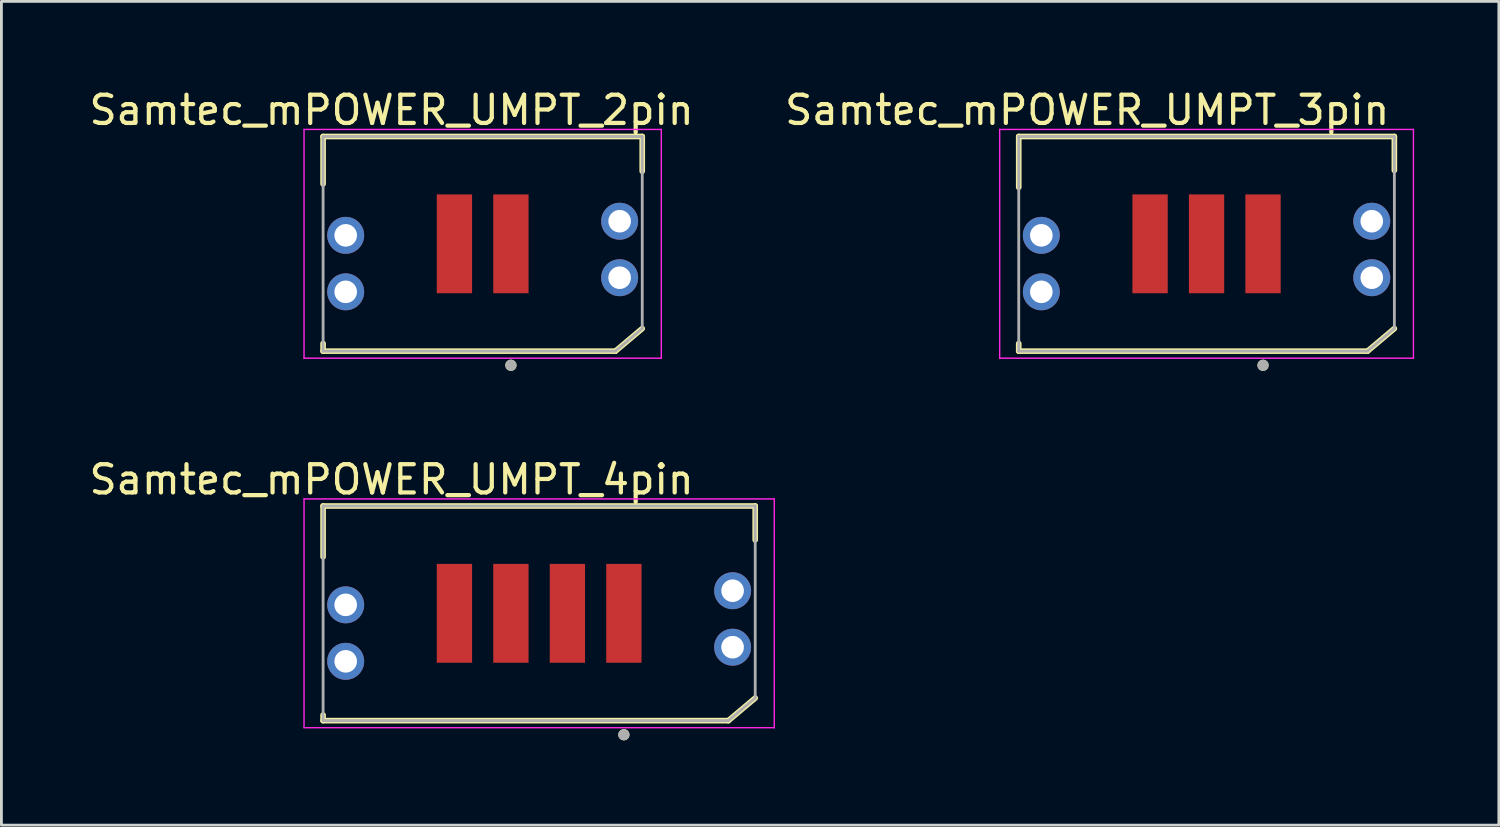
<source format=kicad_pcb>
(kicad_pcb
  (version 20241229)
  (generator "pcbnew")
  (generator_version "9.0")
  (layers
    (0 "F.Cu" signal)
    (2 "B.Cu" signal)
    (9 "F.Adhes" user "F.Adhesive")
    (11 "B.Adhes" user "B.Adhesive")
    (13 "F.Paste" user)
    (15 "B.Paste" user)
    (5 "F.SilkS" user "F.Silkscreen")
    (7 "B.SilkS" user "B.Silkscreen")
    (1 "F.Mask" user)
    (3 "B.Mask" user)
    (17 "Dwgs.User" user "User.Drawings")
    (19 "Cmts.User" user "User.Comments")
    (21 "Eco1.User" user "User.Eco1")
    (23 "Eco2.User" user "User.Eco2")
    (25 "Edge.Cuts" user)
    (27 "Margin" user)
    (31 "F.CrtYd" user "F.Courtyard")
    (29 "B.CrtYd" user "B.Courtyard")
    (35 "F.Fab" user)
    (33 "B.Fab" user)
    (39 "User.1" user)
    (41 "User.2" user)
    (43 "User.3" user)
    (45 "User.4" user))
  (footprint "Samtec_mPOWER_UMPT_3pin"
    (layer "F.Cu")
    (at 39.671 5.583)
    (property "Reference" "Samtec_mPOWER_UMPT_3pin" (at -4.225 -4.735 0) (layer "F.SilkS") (effects (font (size 1 1) (thickness 0.15))))
    (attr through_hole)
    (fp_line (start -6.65 -3.8) (end 6.65 -3.8) (stroke (width 0.2) (type solid)) (layer "F.SilkS"))
    (fp_line (start -6.65 -2) (end -6.65 -3.8) (stroke (width 0.2) (type solid)) (layer "F.SilkS"))
    (fp_line (start -6.65 3.53) (end -6.65 3.8) (stroke (width 0.2) (type solid)) (layer "F.SilkS"))
    (fp_line (start -6.65 3.8) (end 5.7 3.8) (stroke (width 0.2) (type solid)) (layer "F.SilkS"))
    (fp_line (start 5.7 3.8) (end 6.65 3) (stroke (width 0.2) (type solid)) (layer "F.SilkS"))
    (fp_line (start 6.65 -3.8) (end 6.65 -2.6) (stroke (width 0.2) (type solid)) (layer "F.SilkS"))
    (fp_circle (center 2 4.3) (end 2.1 4.3) (stroke (width 0.2) (type solid)) (fill no) (layer "F.SilkS"))
    (fp_poly (pts (xy -7.075 -1.78) (xy -4.625 -1.78) (xy -4.625 0.5) (xy -7.075 0.5)) (stroke (width 0.01) (type solid)) (fill yes) (layer "F.Paste"))
    (fp_poly (pts (xy -7.075 0.9) (xy -4.625 0.9) (xy -4.625 3.18) (xy -7.075 3.18)) (stroke (width 0.01) (type solid)) (fill yes) (layer "F.Paste"))
    (fp_poly (pts (xy 4.625 -2.28) (xy 7.075 -2.28) (xy 7.075 0) (xy 4.625 0)) (stroke (width 0.01) (type solid)) (fill yes) (layer "F.Paste"))
    (fp_poly (pts (xy 4.625 0.4) (xy 7.075 0.4) (xy 7.075 2.68) (xy 4.625 2.68)) (stroke (width 0.01) (type solid)) (fill yes) (layer "F.Paste"))
    (fp_line (start -7.325 -4.05) (end 7.325 -4.05) (stroke (width 0.05) (type solid)) (layer "F.CrtYd"))
    (fp_line (start -7.325 4.05) (end -7.325 -4.05) (stroke (width 0.05) (type solid)) (layer "F.CrtYd"))
    (fp_line (start 7.325 -4.05) (end 7.325 4.05) (stroke (width 0.05) (type solid)) (layer "F.CrtYd"))
    (fp_line (start 7.325 4.05) (end -7.325 4.05) (stroke (width 0.05) (type solid)) (layer "F.CrtYd"))
    (fp_line (start -6.65 -3.8) (end 6.65 -3.8) (stroke (width 0.1) (type solid)) (layer "F.Fab"))
    (fp_line (start -6.65 3.8) (end -6.65 -3.8) (stroke (width 0.1) (type solid)) (layer "F.Fab"))
    (fp_line (start 5.7 3.8) (end -6.65 3.8) (stroke (width 0.1) (type solid)) (layer "F.Fab"))
    (fp_line (start 5.7 3.8) (end 6.65 3) (stroke (width 0.1) (type solid)) (layer "F.Fab"))
    (fp_line (start 6.65 -3.8) (end 6.65 3) (stroke (width 0.1) (type solid)) (layer "F.Fab"))
    (fp_circle (center 2 4.3) (end 2.1 4.3) (stroke (width 0.2) (type solid)) (fill no) (layer "F.Fab"))
    (pad "1" smd rect (at 2 0) (size 1.25 3.5) (layers "F.Cu" "F.Mask" "F.Paste"))
    (pad "2" smd rect (at 0 0) (size 1.25 3.5) (layers "F.Cu" "F.Mask" "F.Paste"))
    (pad "3" smd rect (at -2 0) (size 1.25 3.5) (layers "F.Cu" "F.Mask" "F.Paste"))
    (pad "MP" thru_hole circle (at -5.85 -0.3) (size 1.308 1.308) (drill 0.8) (layers "*.Cu" "*.Mask"))
    (pad "MP" thru_hole circle (at -5.85 1.7) (size 1.308 1.308) (drill 0.8) (layers "*.Cu" "*.Mask"))
    (pad "MP" thru_hole circle (at 5.85 -0.8) (size 1.308 1.308) (drill 0.8) (layers "*.Cu" "*.Mask"))
    (pad "MP" thru_hole circle (at 5.85 1.2) (size 1.308 1.308) (drill 0.8) (layers "*.Cu" "*.Mask")))
  (footprint "Samtec_mPOWER_UMPT_2pin"
    (layer "F.Cu")
    (at 14.04 5.583)
    (property "Reference" "Samtec_mPOWER_UMPT_2pin" (at -3.225 -4.735 0) (layer "F.SilkS") (effects (font (size 1 1) (thickness 0.15))))
    (attr through_hole)
    (fp_line (start -5.65 -3.8) (end 5.65 -3.8) (stroke (width 0.2) (type solid)) (layer "F.SilkS"))
    (fp_line (start -5.65 -2.12) (end -5.65 -3.8) (stroke (width 0.2) (type solid)) (layer "F.SilkS"))
    (fp_line (start -5.65 3.53) (end -5.65 3.8) (stroke (width 0.2) (type solid)) (layer "F.SilkS"))
    (fp_line (start -5.65 3.8) (end 4.7 3.8) (stroke (width 0.2) (type solid)) (layer "F.SilkS"))
    (fp_line (start 4.7 3.8) (end 5.65 3) (stroke (width 0.2) (type solid)) (layer "F.SilkS"))
    (fp_line (start 5.65 -3.8) (end 5.65 -2.57) (stroke (width 0.2) (type solid)) (layer "F.SilkS"))
    (fp_circle (center 1 4.3) (end 1.1 4.3) (stroke (width 0.2) (type solid)) (fill no) (layer "F.SilkS"))
    (fp_poly (pts (xy -6.075 -1.78) (xy -3.625 -1.78) (xy -3.625 0.5) (xy -6.075 0.5)) (stroke (width 0.01) (type solid)) (fill yes) (layer "F.Paste"))
    (fp_poly (pts (xy -6.075 0.9) (xy -3.625 0.9) (xy -3.625 3.18) (xy -6.075 3.18)) (stroke (width 0.01) (type solid)) (fill yes) (layer "F.Paste"))
    (fp_poly (pts (xy 3.625 -2.28) (xy 6.075 -2.28) (xy 6.075 0) (xy 3.625 0)) (stroke (width 0.01) (type solid)) (fill yes) (layer "F.Paste"))
    (fp_poly (pts (xy 3.625 0.4) (xy 6.075 0.4) (xy 6.075 2.68) (xy 3.625 2.68)) (stroke (width 0.01) (type solid)) (fill yes) (layer "F.Paste"))
    (fp_line (start -6.325 -4.05) (end 6.325 -4.05) (stroke (width 0.05) (type solid)) (layer "F.CrtYd"))
    (fp_line (start -6.325 4.05) (end -6.325 -4.05) (stroke (width 0.05) (type solid)) (layer "F.CrtYd"))
    (fp_line (start 6.325 -4.05) (end 6.325 4.05) (stroke (width 0.05) (type solid)) (layer "F.CrtYd"))
    (fp_line (start 6.325 4.05) (end -6.325 4.05) (stroke (width 0.05) (type solid)) (layer "F.CrtYd"))
    (fp_line (start -5.65 -3.8) (end 5.65 -3.8) (stroke (width 0.1) (type solid)) (layer "F.Fab"))
    (fp_line (start -5.65 3.8) (end -5.65 -3.8) (stroke (width 0.1) (type solid)) (layer "F.Fab"))
    (fp_line (start 4.7 3.8) (end -5.65 3.8) (stroke (width 0.1) (type solid)) (layer "F.Fab"))
    (fp_line (start 5.65 -3.8) (end 5.65 3) (stroke (width 0.1) (type solid)) (layer "F.Fab"))
    (fp_line (start 5.65 3) (end 4.7 3.8) (stroke (width 0.1) (type solid)) (layer "F.Fab"))
    (fp_circle (center 1 4.3) (end 1.1 4.3) (stroke (width 0.2) (type solid)) (fill no) (layer "F.Fab"))
    (pad "" thru_hole circle (at -4.85 -0.3) (size 1.308 1.308) (drill 0.8) (layers "*.Cu" "*.Mask"))
    (pad "" thru_hole circle (at -4.85 1.7) (size 1.308 1.308) (drill 0.8) (layers "*.Cu" "*.Mask"))
    (pad "" thru_hole circle (at 4.85 -0.8) (size 1.308 1.308) (drill 0.8) (layers "*.Cu" "*.Mask"))
    (pad "" thru_hole circle (at 4.85 1.2) (size 1.308 1.308) (drill 0.8) (layers "*.Cu" "*.Mask"))
    (pad "1" smd rect (at 1 0) (size 1.25 3.5) (layers "F.Cu" "F.Mask" "F.Paste"))
    (pad "2" smd rect (at -1 0) (size 1.25 3.5) (layers "F.Cu" "F.Mask" "F.Paste")))
  (footprint "Samtec_mPOWER_UMPT_4pin"
    (layer "F.Cu")
    (at 16.04 18.666)
    (property "Reference" "Samtec_mPOWER_UMPT_4pin" (at -5.225 -4.735 0) (layer "F.SilkS") (effects (font (size 1 1) (thickness 0.15))))
    (attr through_hole)
    (fp_line (start -7.65 -3.8) (end 7.65 -3.8) (stroke (width 0.2) (type solid)) (layer "F.SilkS"))
    (fp_line (start -7.65 -2) (end -7.65 -3.8) (stroke (width 0.2) (type solid)) (layer "F.SilkS"))
    (fp_line (start -7.65 3.6) (end -7.65 3.8) (stroke (width 0.2) (type solid)) (layer "F.SilkS"))
    (fp_line (start -7.65 3.8) (end 6.7 3.8) (stroke (width 0.2) (type solid)) (layer "F.SilkS"))
    (fp_line (start 6.7 3.8) (end 7.65 3) (stroke (width 0.2) (type solid)) (layer "F.SilkS"))
    (fp_line (start 7.65 -3.8) (end 7.65 -2.6) (stroke (width 0.2) (type solid)) (layer "F.SilkS"))
    (fp_circle (center 3 4.3) (end 3.1 4.3) (stroke (width 0.2) (type solid)) (fill no) (layer "F.SilkS"))
    (fp_poly (pts (xy -8.075 -1.78) (xy -5.625 -1.78) (xy -5.625 0.5) (xy -8.075 0.5)) (stroke (width 0.01) (type solid)) (fill yes) (layer "F.Paste"))
    (fp_poly (pts (xy -8.075 0.9) (xy -5.625 0.9) (xy -5.625 3.18) (xy -8.075 3.18)) (stroke (width 0.01) (type solid)) (fill yes) (layer "F.Paste"))
    (fp_poly (pts (xy 5.625 -2.28) (xy 8.075 -2.28) (xy 8.075 0) (xy 5.625 0)) (stroke (width 0.01) (type solid)) (fill yes) (layer "F.Paste"))
    (fp_poly (pts (xy 5.625 0.4) (xy 8.075 0.4) (xy 8.075 2.68) (xy 5.625 2.68)) (stroke (width 0.01) (type solid)) (fill yes) (layer "F.Paste"))
    (fp_line (start -8.325 -4.05) (end 8.325 -4.05) (stroke (width 0.05) (type solid)) (layer "F.CrtYd"))
    (fp_line (start -8.325 4.05) (end -8.325 -4.05) (stroke (width 0.05) (type solid)) (layer "F.CrtYd"))
    (fp_line (start 8.325 -4.05) (end 8.325 4.05) (stroke (width 0.05) (type solid)) (layer "F.CrtYd"))
    (fp_line (start 8.325 4.05) (end -8.325 4.05) (stroke (width 0.05) (type solid)) (layer "F.CrtYd"))
    (fp_line (start -7.65 -3.8) (end 7.65 -3.8) (stroke (width 0.1) (type solid)) (layer "F.Fab"))
    (fp_line (start -7.65 3.8) (end -7.65 -3.8) (stroke (width 0.1) (type solid)) (layer "F.Fab"))
    (fp_line (start 6.7 3.8) (end -7.65 3.8) (stroke (width 0.1) (type solid)) (layer "F.Fab"))
    (fp_line (start 6.7 3.8) (end 7.65 3) (stroke (width 0.1) (type solid)) (layer "F.Fab"))
    (fp_line (start 7.65 -3.8) (end 7.65 3) (stroke (width 0.1) (type solid)) (layer "F.Fab"))
    (fp_circle (center 3 4.3) (end 3.1 4.3) (stroke (width 0.2) (type solid)) (fill no) (layer "F.Fab"))
    (pad "1" smd rect (at 3 0) (size 1.25 3.5) (layers "F.Cu" "F.Mask" "F.Paste"))
    (pad "2" smd rect (at 1 0) (size 1.25 3.5) (layers "F.Cu" "F.Mask" "F.Paste"))
    (pad "3" smd rect (at -1 0) (size 1.25 3.5) (layers "F.Cu" "F.Mask" "F.Paste"))
    (pad "4" smd rect (at -3 0) (size 1.25 3.5) (layers "F.Cu" "F.Mask" "F.Paste"))
    (pad "MP" thru_hole circle (at -6.85 -0.3) (size 1.308 1.308) (drill 0.8) (layers "*.Cu" "*.Mask"))
    (pad "MP" thru_hole circle (at -6.85 1.7) (size 1.308 1.308) (drill 0.8) (layers "*.Cu" "*.Mask"))
    (pad "MP" thru_hole circle (at 6.85 -0.8) (size 1.308 1.308) (drill 0.8) (layers "*.Cu" "*.Mask"))
    (pad "MP" thru_hole circle (at 6.85 1.2) (size 1.308 1.308) (drill 0.8) (layers "*.Cu" "*.Mask")))
  (gr_rect
    (start -3 -3)
    (end 50.021 26.166)
    (stroke (width 0.1) (type default))
    (fill no)
    (layer "Edge.Cuts")))
</source>
